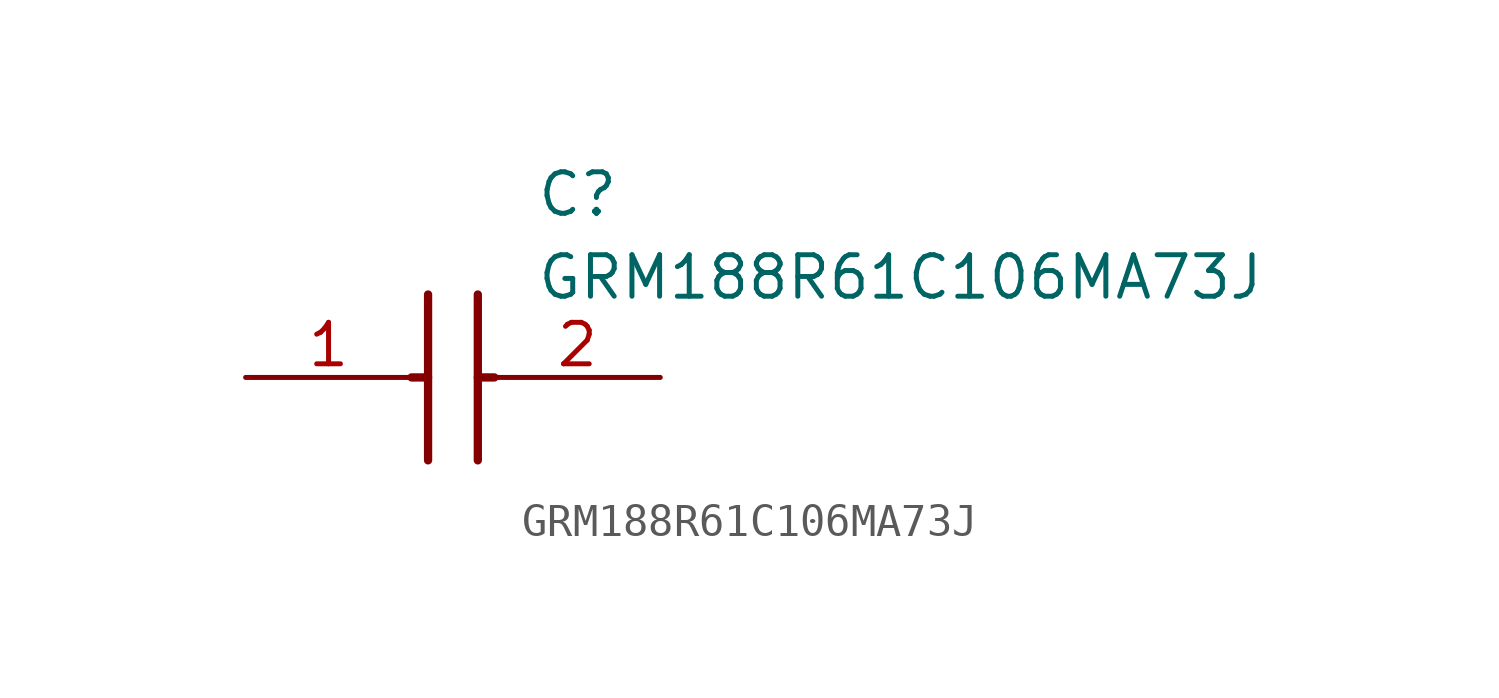
<source format=kicad_sym>
(kicad_symbol_lib
  (version 20211014)
  (generator SamacSys_ECAD_Model)
  (symbol "GRM188R61C106MA73J"
    (pin_names hide)
    (property "Reference" "C"
      (at 8.89 6.35 0)
      (effects (font (size 1.27 1.27)) (justify left top)))
    (property "Value" "GRM188R61C106MA73J"
      (at 8.89 3.81 0)
      (effects (font (size 1.27 1.27)) (justify left top)))
    (polyline
      (pts (xy 5.588 2.54) (xy 5.588 -2.54))
      (stroke (width 0.254) (type default))
      (fill (type none)))
    (polyline
      (pts (xy 7.112 2.54) (xy 7.112 -2.54))
      (stroke (width 0.254) (type default))
      (fill (type none)))
    (polyline
      (pts (xy 5.08 0) (xy 5.588 0))
      (stroke (width 0.254) (type default))
      (fill (type none)))
    (polyline
      (pts (xy 7.112 0) (xy 7.62 0))
      (stroke (width 0.254) (type default))
      (fill (type none)))
    (pin passive line
      (at 0 0 0)
      (length 5.08)
      (name "1" (effects (font (size 1.27 1.27))))
      (number "1" (effects (font (size 1.27 1.27)))))
    (pin passive line
      (at 12.7 0 180)
      (length 5.08)
      (name "2" (effects (font (size 1.27 1.27))))
      (number "2" (effects (font (size 1.27 1.27)))))))
</source>
